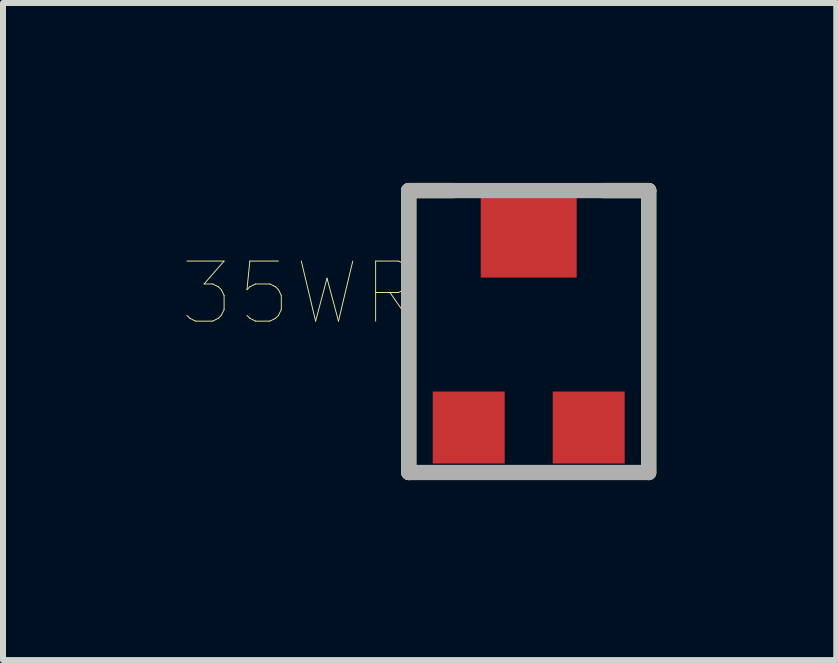
<source format=kicad_pcb>
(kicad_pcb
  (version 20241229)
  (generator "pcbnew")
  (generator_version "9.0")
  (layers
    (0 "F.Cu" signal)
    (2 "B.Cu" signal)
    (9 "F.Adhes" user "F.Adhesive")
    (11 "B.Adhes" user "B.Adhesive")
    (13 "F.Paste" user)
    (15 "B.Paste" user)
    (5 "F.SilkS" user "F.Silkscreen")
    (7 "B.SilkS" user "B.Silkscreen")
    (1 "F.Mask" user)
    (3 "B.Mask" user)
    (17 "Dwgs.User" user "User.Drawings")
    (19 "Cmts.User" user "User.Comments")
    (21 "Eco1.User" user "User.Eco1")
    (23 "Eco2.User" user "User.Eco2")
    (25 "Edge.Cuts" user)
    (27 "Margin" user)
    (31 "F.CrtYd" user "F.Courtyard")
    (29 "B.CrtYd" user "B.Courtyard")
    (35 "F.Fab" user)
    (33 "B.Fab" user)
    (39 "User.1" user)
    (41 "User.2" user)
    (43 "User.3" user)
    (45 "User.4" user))
  (footprint "35WR"
    (layer "F.Cu")
    (at 5.764 2.477)
    (property "Reference" "35WR" (at -3.815 -0.636 180) (layer "F.SilkS") (effects (font (size 1.001 1.001) (thickness 0.015))))
    (attr through_hole)
    (fp_line (start -2 -2.35) (end -1.25 -2.35) (stroke (width 0.254) (type solid)) (layer "F.SilkS"))
    (fp_line (start -2 2.35) (end -2 -2.35) (stroke (width 0.254) (type solid)) (layer "F.SilkS"))
    (fp_line (start 1.25 -2.35) (end 2 -2.35) (stroke (width 0.254) (type solid)) (layer "F.SilkS"))
    (fp_line (start 2 -2.35) (end 2 2.35) (stroke (width 0.254) (type solid)) (layer "F.SilkS"))
    (fp_line (start -2 -2.35) (end -2 2.35) (stroke (width 0.254) (type solid)) (layer "F.Fab"))
    (fp_line (start -2 2.35) (end 2 2.35) (stroke (width 0.254) (type solid)) (layer "F.Fab"))
    (fp_line (start 2 -2.35) (end -2 -2.35) (stroke (width 0.254) (type solid)) (layer "F.Fab"))
    (fp_line (start 2 2.35) (end 2 -2.35) (stroke (width 0.254) (type solid)) (layer "F.Fab"))
    (pad "1" smd rect (at -1 1.6) (size 1.2 1.2) (layers "F.Cu" "F.Mask" "F.Paste"))
    (pad "2" smd rect (at 0 -1.65) (size 1.6 1.5) (layers "F.Cu" "F.Mask" "F.Paste"))
    (pad "3" smd rect (at 1 1.6) (size 1.2 1.2) (layers "F.Cu" "F.Mask" "F.Paste")))
  (gr_rect
    (start -3 -3)
    (end 10.891 7.954)
    (stroke (width 0.1) (type default))
    (fill no)
    (layer "Edge.Cuts")))
</source>
